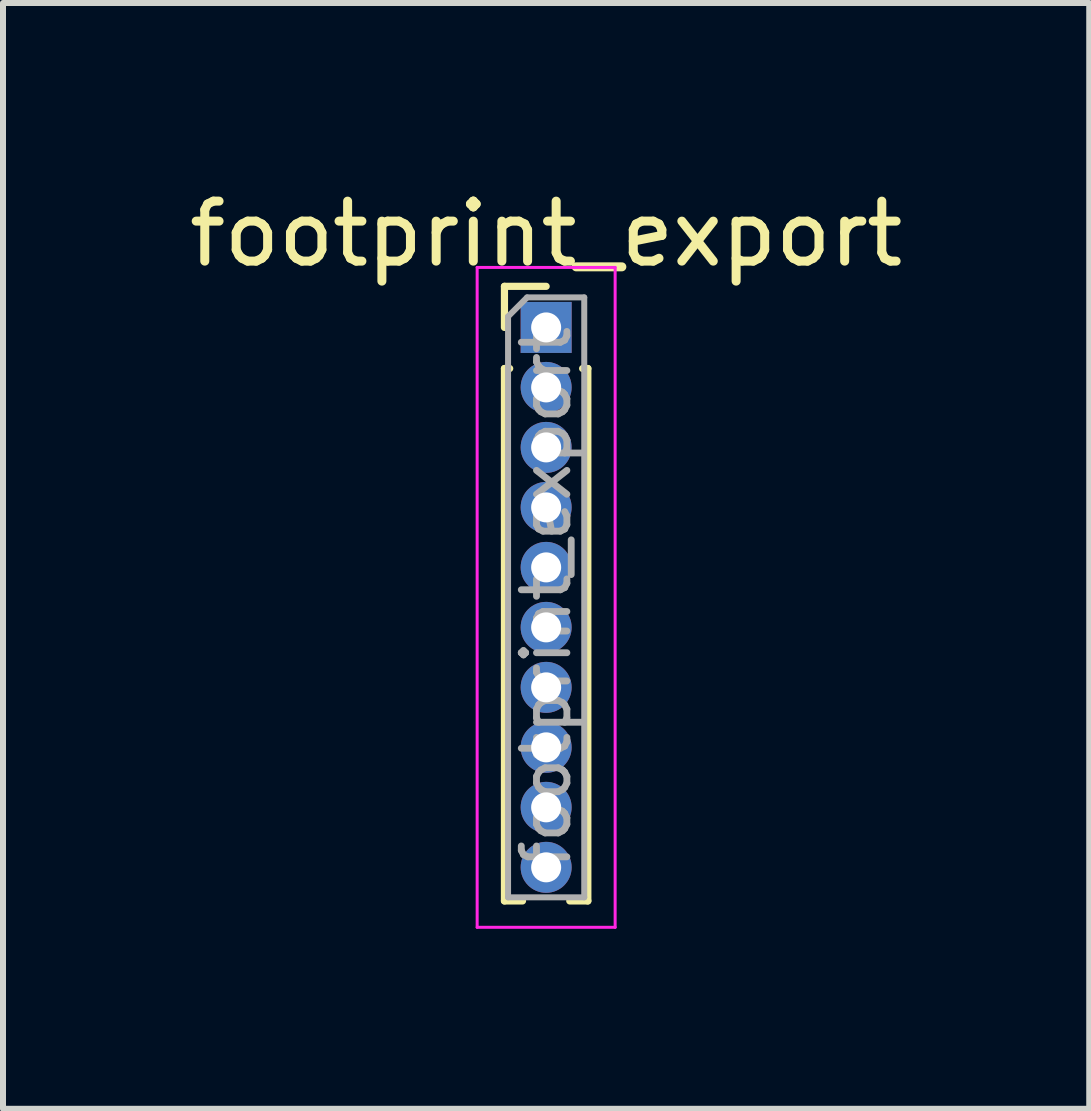
<source format=kicad_pcb>
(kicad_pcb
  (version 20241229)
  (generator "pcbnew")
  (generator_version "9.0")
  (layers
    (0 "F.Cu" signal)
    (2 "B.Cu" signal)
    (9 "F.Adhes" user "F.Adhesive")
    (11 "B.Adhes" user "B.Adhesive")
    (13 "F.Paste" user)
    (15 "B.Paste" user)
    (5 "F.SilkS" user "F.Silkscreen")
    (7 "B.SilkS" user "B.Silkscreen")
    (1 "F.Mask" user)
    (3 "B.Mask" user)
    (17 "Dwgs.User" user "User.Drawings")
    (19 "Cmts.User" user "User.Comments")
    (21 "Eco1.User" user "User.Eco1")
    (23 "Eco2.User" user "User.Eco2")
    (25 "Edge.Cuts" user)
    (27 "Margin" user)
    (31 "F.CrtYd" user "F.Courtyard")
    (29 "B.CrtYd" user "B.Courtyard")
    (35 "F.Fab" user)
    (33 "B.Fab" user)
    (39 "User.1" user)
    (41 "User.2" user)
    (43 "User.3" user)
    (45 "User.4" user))
  (footprint "footprint_export"
    (layer "F.Cu")
    (at 6.054 2.408)
    (property "Reference" "footprint_export" (at 0 -1.56 0) (layer "F.SilkS") (effects (font (size 1 1) (thickness 0.15))))
    (attr through_hole)
    (fp_line (start -0.695 -0.685) (end 0 -0.685) (stroke (width 0.12) (type solid)) (layer "F.SilkS"))
    (fp_line (start -0.695 0) (end -0.695 -0.685) (stroke (width 0.12) (type solid)) (layer "F.SilkS"))
    (fp_line (start -0.695 0.685) (end -0.695 9.56) (stroke (width 0.12) (type solid)) (layer "F.SilkS"))
    (fp_line (start -0.695 0.685) (end -0.608 0.685) (stroke (width 0.12) (type solid)) (layer "F.SilkS"))
    (fp_line (start -0.695 9.56) (end -0.394 9.56) (stroke (width 0.12) (type solid)) (layer "F.SilkS"))
    (fp_line (start 0.394 9.56) (end 0.695 9.56) (stroke (width 0.12) (type solid)) (layer "F.SilkS"))
    (fp_line (start 0.608 0.685) (end 0.695 0.685) (stroke (width 0.12) (type solid)) (layer "F.SilkS"))
    (fp_line (start 0.695 0.685) (end 0.695 9.56) (stroke (width 0.12) (type solid)) (layer "F.SilkS"))
    (fp_line (start -1.15 -1) (end -1.15 10) (stroke (width 0.05) (type solid)) (layer "F.CrtYd"))
    (fp_line (start -1.15 10) (end 1.15 10) (stroke (width 0.05) (type solid)) (layer "F.CrtYd"))
    (fp_line (start 1.15 -1) (end -1.15 -1) (stroke (width 0.05) (type solid)) (layer "F.CrtYd"))
    (fp_line (start 1.15 10) (end 1.15 -1) (stroke (width 0.05) (type solid)) (layer "F.CrtYd"))
    (fp_line (start -0.635 -0.182) (end -0.318 -0.5) (stroke (width 0.1) (type solid)) (layer "F.Fab"))
    (fp_line (start -0.635 9.5) (end -0.635 -0.182) (stroke (width 0.1) (type solid)) (layer "F.Fab"))
    (fp_line (start -0.318 -0.5) (end 0.635 -0.5) (stroke (width 0.1) (type solid)) (layer "F.Fab"))
    (fp_line (start 0.635 -0.5) (end 0.635 9.5) (stroke (width 0.1) (type solid)) (layer "F.Fab"))
    (fp_line (start 0.635 9.5) (end -0.635 9.5) (stroke (width 0.1) (type solid)) (layer "F.Fab"))
    (fp_text user "${REFERENCE}" (at 0 4.5 90) (layer "F.Fab") (effects (font (size 0.76 0.76) (thickness 0.114))))
    (pad "1" thru_hole rect (at 0 0) (size 0.85 0.85) (drill 0.5) (layers "*.Cu" "*.Mask"))
    (pad "2" thru_hole oval (at 0 1) (size 0.85 0.85) (drill 0.5) (layers "*.Cu" "*.Mask"))
    (pad "3" thru_hole oval (at 0 2) (size 0.85 0.85) (drill 0.5) (layers "*.Cu" "*.Mask"))
    (pad "4" thru_hole oval (at 0 3) (size 0.85 0.85) (drill 0.5) (layers "*.Cu" "*.Mask"))
    (pad "5" thru_hole oval (at 0 4) (size 0.85 0.85) (drill 0.5) (layers "*.Cu" "*.Mask"))
    (pad "6" thru_hole oval (at 0 5) (size 0.85 0.85) (drill 0.5) (layers "*.Cu" "*.Mask"))
    (pad "7" thru_hole oval (at 0 6) (size 0.85 0.85) (drill 0.5) (layers "*.Cu" "*.Mask"))
    (pad "8" thru_hole oval (at 0 7) (size 0.85 0.85) (drill 0.5) (layers "*.Cu" "*.Mask"))
    (pad "9" thru_hole oval (at 0 8) (size 0.85 0.85) (drill 0.5) (layers "*.Cu" "*.Mask"))
    (pad "10" thru_hole oval (at 0 9) (size 0.85 0.85) (drill 0.5) (layers "*.Cu" "*.Mask")))
  (gr_rect
    (start -3 -3)
    (end 15.107 15.433)
    (stroke (width 0.1) (type default))
    (fill no)
    (layer "Edge.Cuts")))
</source>
